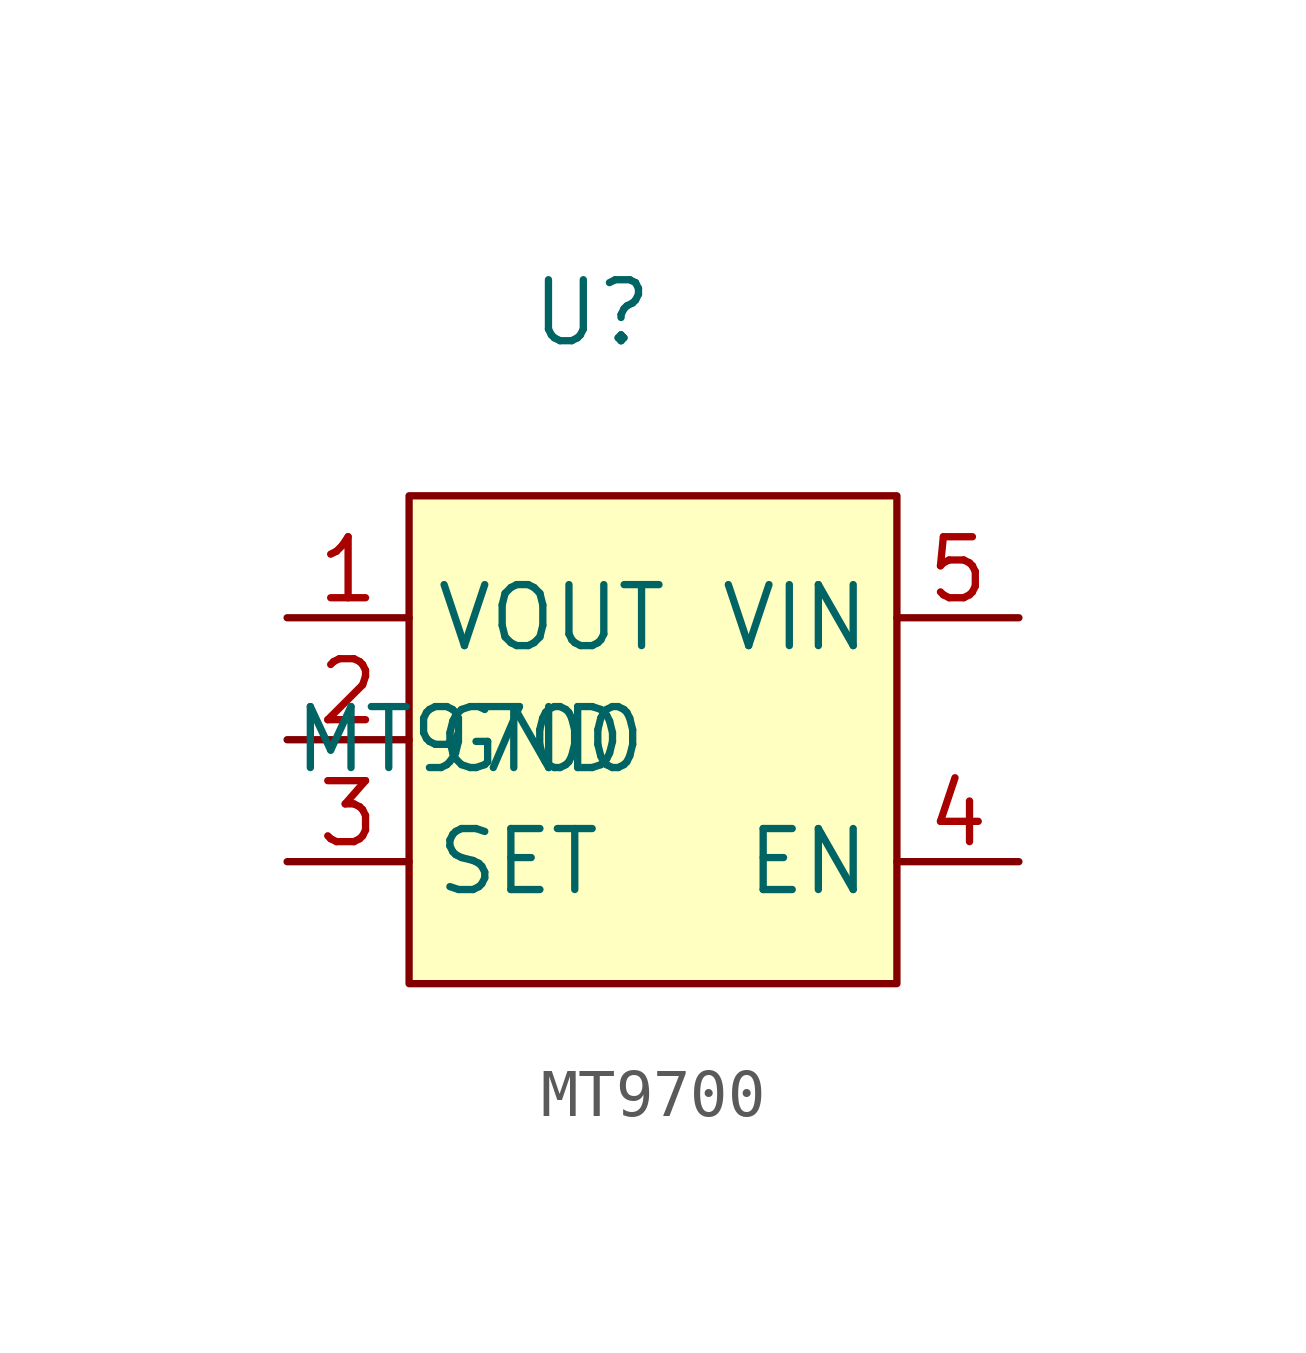
<source format=kicad_sym>
(kicad_symbol_lib
  (version 20220914)
  (generator kicad_symbol_editor)
  (symbol "MT9700"
    (property "Reference" "U"
      (at 2.54 8.89 0)
      (effects (font (size 1.27 1.27))))
    (property "Value" "MT9700"
      (at 0 0 0)
      (effects (font (size 1.27 1.27))))
    (symbol "MT9700_1_1"
      (rectangle (start -1.27 5.08) (end 8.89 -5.08) (stroke (width 0) (type default)) (fill (type background)))
      (pin bidirectional line (at -3.81 2.54 0) (length 2.54) (name "VOUT" (effects (font (size 1.27 1.27)))) (number "1" (effects (font (size 1.27 1.27)))))
      (pin power_in line (at -3.81 0 0) (length 2.54) (name "GND" (effects (font (size 1.27 1.27)))) (number "2" (effects (font (size 1.27 1.27)))))
      (pin bidirectional line (at -3.81 -2.54 0) (length 2.54) (name "SET" (effects (font (size 1.27 1.27)))) (number "3" (effects (font (size 1.27 1.27)))))
      (pin bidirectional line (at 11.43 -2.54 180) (length 2.54) (name "EN" (effects (font (size 1.27 1.27)))) (number "4" (effects (font (size 1.27 1.27)))))
      (pin power_in line (at 11.43 2.54 180) (length 2.54) (name "VIN" (effects (font (size 1.27 1.27)))) (number "5" (effects (font (size 1.27 1.27))))))))
</source>
